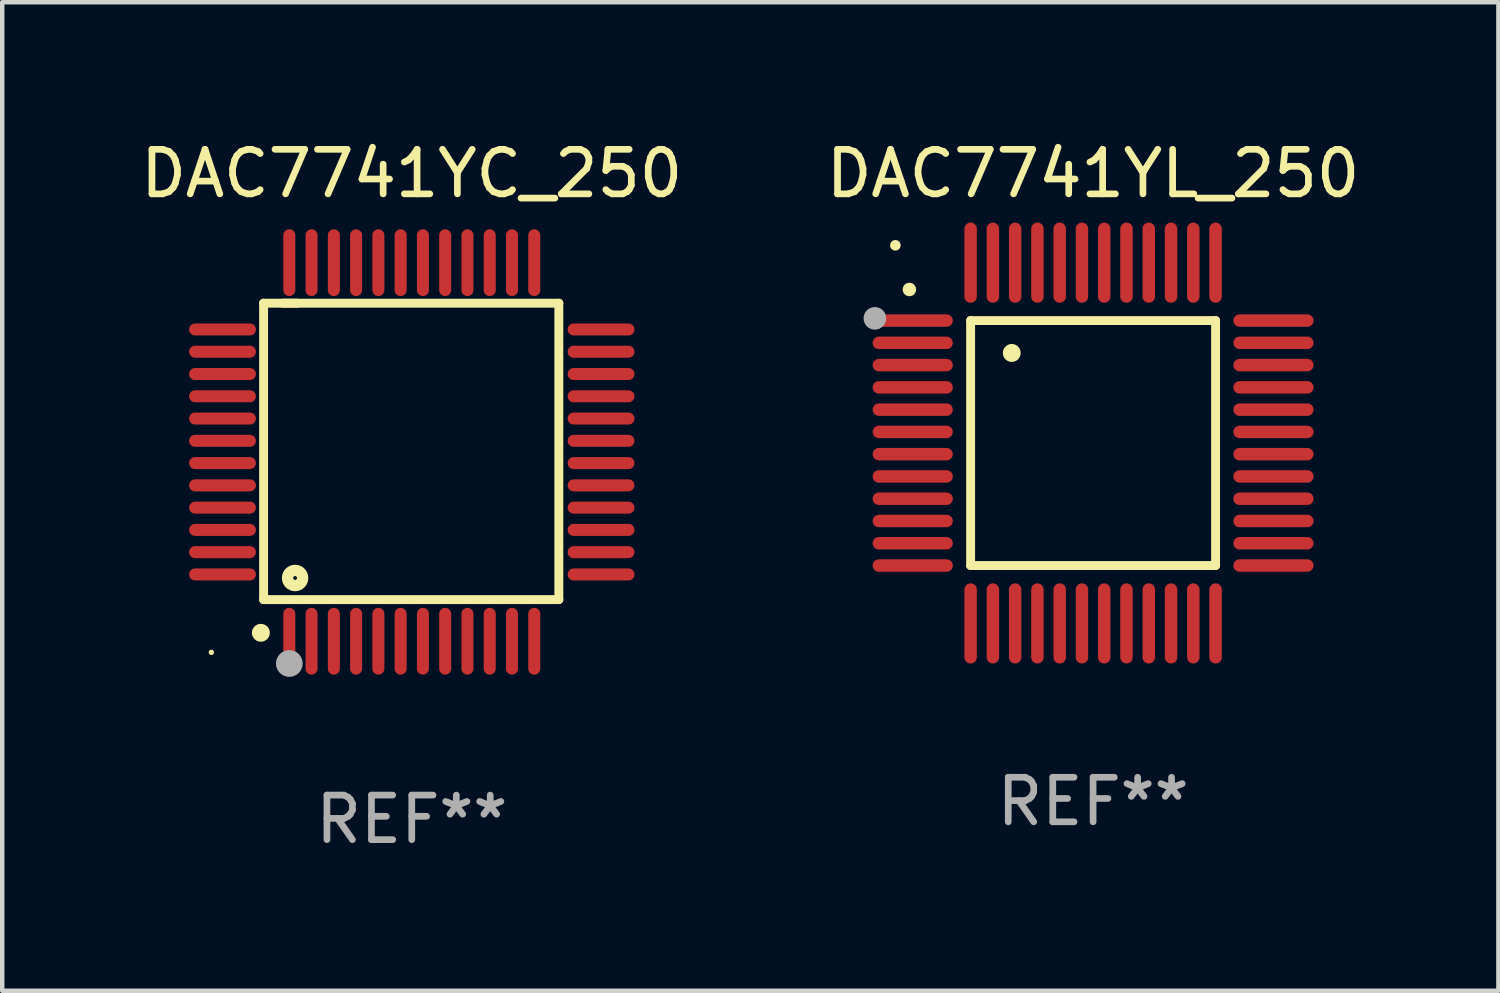
<source format=kicad_pcb>
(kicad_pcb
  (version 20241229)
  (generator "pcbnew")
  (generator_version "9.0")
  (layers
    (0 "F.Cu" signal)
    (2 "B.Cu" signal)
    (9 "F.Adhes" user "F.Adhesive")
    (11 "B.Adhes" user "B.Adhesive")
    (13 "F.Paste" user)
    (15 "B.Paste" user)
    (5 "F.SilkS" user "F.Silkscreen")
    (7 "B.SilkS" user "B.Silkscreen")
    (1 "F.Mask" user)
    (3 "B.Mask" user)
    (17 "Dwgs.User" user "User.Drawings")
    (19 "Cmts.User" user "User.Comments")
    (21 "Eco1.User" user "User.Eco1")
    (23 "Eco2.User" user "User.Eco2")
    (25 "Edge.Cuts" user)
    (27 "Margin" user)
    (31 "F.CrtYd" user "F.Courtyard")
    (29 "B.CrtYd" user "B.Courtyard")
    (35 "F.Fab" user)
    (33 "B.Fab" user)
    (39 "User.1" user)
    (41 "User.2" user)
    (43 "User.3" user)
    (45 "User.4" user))
  (footprint "DAC7741YL_250"
    (layer "F.Cu")
    (at 21.494 6.898)
    (property "Reference" "DAC7741YL_250" (at 0 -6.05 0) (layer "F.SilkS") (effects (font (size 1 1) (thickness 0.15))))
    (attr through_hole)
    (fp_line (start -2.75 -2.75) (end 2.75 -2.75) (stroke (width 0.2) (type solid)) (layer "F.SilkS"))
    (fp_line (start -2.75 2.75) (end -2.75 -2.75) (stroke (width 0.2) (type solid)) (layer "F.SilkS"))
    (fp_line (start 2.75 -2.75) (end 2.75 2.75) (stroke (width 0.2) (type solid)) (layer "F.SilkS"))
    (fp_line (start 2.75 2.75) (end -2.75 2.75) (stroke (width 0.2) (type solid)) (layer "F.SilkS"))
    (fp_arc (start -4.124968 -3.446787) (mid -4.124973 -3.448057) (end -4.124968 -3.449327) (stroke (width 0.3) (type solid)) (layer "F.SilkS"))
    (fp_arc (start -1.826264 -2.021844) (mid -1.826268 -2.023114) (end -1.826264 -2.024384) (stroke (width 0.4) (type solid)) (layer "F.SilkS"))
    (fp_circle (center -4.44 -4.44) (end -4.38 -4.44) (stroke (width 0.12) (type solid)) (fill no) (layer "F.SilkS"))
    (fp_circle (center -4.9 -2.8) (end -4.773 -2.8) (stroke (width 0.254) (type solid)) (fill no) (layer "F.Fab"))
    (fp_text user "REF**" (at 0 8.05 0) (layer "F.Fab") (effects (font (size 1 1) (thickness 0.15))))
    (pad "1" smd oval (at -4.05 -2.75 90) (size 0.28 1.8) (layers "F.Cu" "F.Mask" "F.Paste"))
    (pad "2" smd oval (at -4.05 -2.25 90) (size 0.28 1.8) (layers "F.Cu" "F.Mask" "F.Paste"))
    (pad "3" smd oval (at -4.05 -1.75 90) (size 0.28 1.8) (layers "F.Cu" "F.Mask" "F.Paste"))
    (pad "4" smd oval (at -4.05 -1.25 90) (size 0.28 1.8) (layers "F.Cu" "F.Mask" "F.Paste"))
    (pad "5" smd oval (at -4.05 -0.75 90) (size 0.28 1.8) (layers "F.Cu" "F.Mask" "F.Paste"))
    (pad "6" smd oval (at -4.05 -0.25 90) (size 0.28 1.8) (layers "F.Cu" "F.Mask" "F.Paste"))
    (pad "7" smd oval (at -4.05 0.25 90) (size 0.28 1.8) (layers "F.Cu" "F.Mask" "F.Paste"))
    (pad "8" smd oval (at -4.05 0.75 90) (size 0.28 1.8) (layers "F.Cu" "F.Mask" "F.Paste"))
    (pad "9" smd oval (at -4.05 1.25 90) (size 0.28 1.8) (layers "F.Cu" "F.Mask" "F.Paste"))
    (pad "10" smd oval (at -4.05 1.75 90) (size 0.28 1.8) (layers "F.Cu" "F.Mask" "F.Paste"))
    (pad "11" smd oval (at -4.05 2.25 90) (size 0.28 1.8) (layers "F.Cu" "F.Mask" "F.Paste"))
    (pad "12" smd oval (at -4.05 2.75 90) (size 0.28 1.8) (layers "F.Cu" "F.Mask" "F.Paste"))
    (pad "13" smd oval (at -2.75 4.05) (size 0.28 1.8) (layers "F.Cu" "F.Mask" "F.Paste"))
    (pad "14" smd oval (at -2.25 4.05) (size 0.28 1.8) (layers "F.Cu" "F.Mask" "F.Paste"))
    (pad "15" smd oval (at -1.75 4.05) (size 0.28 1.8) (layers "F.Cu" "F.Mask" "F.Paste"))
    (pad "16" smd oval (at -1.25 4.05) (size 0.28 1.8) (layers "F.Cu" "F.Mask" "F.Paste"))
    (pad "17" smd oval (at -0.75 4.05) (size 0.28 1.8) (layers "F.Cu" "F.Mask" "F.Paste"))
    (pad "18" smd oval (at -0.25 4.05) (size 0.28 1.8) (layers "F.Cu" "F.Mask" "F.Paste"))
    (pad "19" smd oval (at 0.25 4.05) (size 0.28 1.8) (layers "F.Cu" "F.Mask" "F.Paste"))
    (pad "20" smd oval (at 0.75 4.05) (size 0.28 1.8) (layers "F.Cu" "F.Mask" "F.Paste"))
    (pad "21" smd oval (at 1.25 4.05) (size 0.28 1.8) (layers "F.Cu" "F.Mask" "F.Paste"))
    (pad "22" smd oval (at 1.75 4.05) (size 0.28 1.8) (layers "F.Cu" "F.Mask" "F.Paste"))
    (pad "23" smd oval (at 2.25 4.05) (size 0.28 1.8) (layers "F.Cu" "F.Mask" "F.Paste"))
    (pad "24" smd oval (at 2.75 4.05) (size 0.28 1.8) (layers "F.Cu" "F.Mask" "F.Paste"))
    (pad "25" smd oval (at 4.05 2.75 90) (size 0.28 1.8) (layers "F.Cu" "F.Mask" "F.Paste"))
    (pad "26" smd oval (at 4.05 2.25 90) (size 0.28 1.8) (layers "F.Cu" "F.Mask" "F.Paste"))
    (pad "27" smd oval (at 4.05 1.75 90) (size 0.28 1.8) (layers "F.Cu" "F.Mask" "F.Paste"))
    (pad "28" smd oval (at 4.05 1.25 90) (size 0.28 1.8) (layers "F.Cu" "F.Mask" "F.Paste"))
    (pad "29" smd oval (at 4.05 0.75 90) (size 0.28 1.8) (layers "F.Cu" "F.Mask" "F.Paste"))
    (pad "30" smd oval (at 4.05 0.25 90) (size 0.28 1.8) (layers "F.Cu" "F.Mask" "F.Paste"))
    (pad "31" smd oval (at 4.05 -0.25 90) (size 0.28 1.8) (layers "F.Cu" "F.Mask" "F.Paste"))
    (pad "32" smd oval (at 4.05 -0.75 90) (size 0.28 1.8) (layers "F.Cu" "F.Mask" "F.Paste"))
    (pad "33" smd oval (at 4.05 -1.25 90) (size 0.28 1.8) (layers "F.Cu" "F.Mask" "F.Paste"))
    (pad "34" smd oval (at 4.05 -1.75 90) (size 0.28 1.8) (layers "F.Cu" "F.Mask" "F.Paste"))
    (pad "35" smd oval (at 4.05 -2.25 90) (size 0.28 1.8) (layers "F.Cu" "F.Mask" "F.Paste"))
    (pad "36" smd oval (at 4.05 -2.75 90) (size 0.28 1.8) (layers "F.Cu" "F.Mask" "F.Paste"))
    (pad "37" smd oval (at 2.75 -4.05) (size 0.28 1.8) (layers "F.Cu" "F.Mask" "F.Paste"))
    (pad "38" smd oval (at 2.25 -4.05) (size 0.28 1.8) (layers "F.Cu" "F.Mask" "F.Paste"))
    (pad "39" smd oval (at 1.75 -4.05) (size 0.28 1.8) (layers "F.Cu" "F.Mask" "F.Paste"))
    (pad "40" smd oval (at 1.25 -4.05) (size 0.28 1.8) (layers "F.Cu" "F.Mask" "F.Paste"))
    (pad "41" smd oval (at 0.75 -4.05) (size 0.28 1.8) (layers "F.Cu" "F.Mask" "F.Paste"))
    (pad "42" smd oval (at 0.25 -4.05) (size 0.28 1.8) (layers "F.Cu" "F.Mask" "F.Paste"))
    (pad "43" smd oval (at -0.25 -4.05) (size 0.28 1.8) (layers "F.Cu" "F.Mask" "F.Paste"))
    (pad "44" smd oval (at -0.75 -4.05) (size 0.28 1.8) (layers "F.Cu" "F.Mask" "F.Paste"))
    (pad "45" smd oval (at -1.25 -4.05) (size 0.28 1.8) (layers "F.Cu" "F.Mask" "F.Paste"))
    (pad "46" smd oval (at -1.75 -4.05) (size 0.28 1.8) (layers "F.Cu" "F.Mask" "F.Paste"))
    (pad "47" smd oval (at -2.25 -4.05) (size 0.28 1.8) (layers "F.Cu" "F.Mask" "F.Paste"))
    (pad "48" smd oval (at -2.75 -4.05) (size 0.28 1.8) (layers "F.Cu" "F.Mask" "F.Paste")))
  (footprint "DAC7741YC_250"
    (layer "F.Cu")
    (at 6.196 7.098)
    (property "Reference" "DAC7741YC_250" (at 0 -6.25 0) (layer "F.SilkS") (effects (font (size 1 1) (thickness 0.15))))
    (attr through_hole)
    (fp_line (start -3.327 -3.34) (end -2.565 -3.34) (stroke (width 0.2) (type solid)) (layer "F.SilkS"))
    (fp_line (start -3.327 3.315) (end -3.327 -3.34) (stroke (width 0.2) (type solid)) (layer "F.SilkS"))
    (fp_line (start -2.896 -3.34) (end 3.302 -3.34) (stroke (width 0.2) (type solid)) (layer "F.SilkS"))
    (fp_line (start 3.302 -3.34) (end 3.302 3.315) (stroke (width 0.2) (type solid)) (layer "F.SilkS"))
    (fp_line (start 3.302 3.315) (end -3.327 3.315) (stroke (width 0.2) (type solid)) (layer "F.SilkS"))
    (fp_arc (start -3.389992 4.059995) (mid -3.388722 4.059991) (end -3.387452 4.059995) (stroke (width 0.4) (type solid)) (layer "F.SilkS"))
    (fp_circle (center -4.5 4.5) (end -4.47 4.5) (stroke (width 0.06) (type solid)) (fill no) (layer "F.SilkS"))
    (fp_circle (center -2.62 2.83) (end -2.45 2.83) (stroke (width 0.254) (type solid)) (fill no) (layer "F.SilkS"))
    (fp_circle (center -2.75 4.75) (end -2.6 4.75) (stroke (width 0.3) (type solid)) (fill no) (layer "F.Fab"))
    (fp_text user "REF**" (at 0 8.25 0) (layer "F.Fab") (effects (font (size 1 1) (thickness 0.15))))
    (pad "1" smd oval (at -2.75 4.25) (size 0.27 1.5) (layers "F.Cu" "F.Mask" "F.Paste"))
    (pad "2" smd oval (at -2.25 4.25) (size 0.27 1.5) (layers "F.Cu" "F.Mask" "F.Paste"))
    (pad "3" smd oval (at -1.75 4.25) (size 0.27 1.5) (layers "F.Cu" "F.Mask" "F.Paste"))
    (pad "4" smd oval (at -1.25 4.25) (size 0.27 1.5) (layers "F.Cu" "F.Mask" "F.Paste"))
    (pad "5" smd oval (at -0.75 4.25) (size 0.27 1.5) (layers "F.Cu" "F.Mask" "F.Paste"))
    (pad "6" smd oval (at -0.25 4.25) (size 0.27 1.5) (layers "F.Cu" "F.Mask" "F.Paste"))
    (pad "7" smd oval (at 0.25 4.25) (size 0.27 1.5) (layers "F.Cu" "F.Mask" "F.Paste"))
    (pad "8" smd oval (at 0.75 4.25) (size 0.27 1.5) (layers "F.Cu" "F.Mask" "F.Paste"))
    (pad "9" smd oval (at 1.25 4.25) (size 0.27 1.5) (layers "F.Cu" "F.Mask" "F.Paste"))
    (pad "10" smd oval (at 1.75 4.25) (size 0.27 1.5) (layers "F.Cu" "F.Mask" "F.Paste"))
    (pad "11" smd oval (at 2.25 4.25) (size 0.27 1.5) (layers "F.Cu" "F.Mask" "F.Paste"))
    (pad "12" smd oval (at 2.75 4.25) (size 0.27 1.5) (layers "F.Cu" "F.Mask" "F.Paste"))
    (pad "13" smd oval (at 4.25 2.75) (size 1.5 0.27) (layers "F.Cu" "F.Mask" "F.Paste"))
    (pad "14" smd oval (at 4.25 2.25) (size 1.5 0.27) (layers "F.Cu" "F.Mask" "F.Paste"))
    (pad "15" smd oval (at 4.25 1.75) (size 1.5 0.27) (layers "F.Cu" "F.Mask" "F.Paste"))
    (pad "16" smd oval (at 4.25 1.25) (size 1.5 0.27) (layers "F.Cu" "F.Mask" "F.Paste"))
    (pad "17" smd oval (at 4.25 0.75) (size 1.5 0.27) (layers "F.Cu" "F.Mask" "F.Paste"))
    (pad "18" smd oval (at 4.25 0.25) (size 1.5 0.27) (layers "F.Cu" "F.Mask" "F.Paste"))
    (pad "19" smd oval (at 4.25 -0.25) (size 1.5 0.27) (layers "F.Cu" "F.Mask" "F.Paste"))
    (pad "20" smd oval (at 4.25 -0.75) (size 1.5 0.27) (layers "F.Cu" "F.Mask" "F.Paste"))
    (pad "21" smd oval (at 4.25 -1.25) (size 1.5 0.27) (layers "F.Cu" "F.Mask" "F.Paste"))
    (pad "22" smd oval (at 4.25 -1.75) (size 1.5 0.27) (layers "F.Cu" "F.Mask" "F.Paste"))
    (pad "23" smd oval (at 4.25 -2.25) (size 1.5 0.27) (layers "F.Cu" "F.Mask" "F.Paste"))
    (pad "24" smd oval (at 4.25 -2.75) (size 1.5 0.27) (layers "F.Cu" "F.Mask" "F.Paste"))
    (pad "25" smd oval (at 2.75 -4.25) (size 0.27 1.5) (layers "F.Cu" "F.Mask" "F.Paste"))
    (pad "26" smd oval (at 2.25 -4.25) (size 0.27 1.5) (layers "F.Cu" "F.Mask" "F.Paste"))
    (pad "27" smd oval (at 1.75 -4.25) (size 0.27 1.5) (layers "F.Cu" "F.Mask" "F.Paste"))
    (pad "28" smd oval (at 1.25 -4.25) (size 0.27 1.5) (layers "F.Cu" "F.Mask" "F.Paste"))
    (pad "29" smd oval (at 0.75 -4.25) (size 0.27 1.5) (layers "F.Cu" "F.Mask" "F.Paste"))
    (pad "30" smd oval (at 0.25 -4.25) (size 0.27 1.5) (layers "F.Cu" "F.Mask" "F.Paste"))
    (pad "31" smd oval (at -0.25 -4.25) (size 0.27 1.5) (layers "F.Cu" "F.Mask" "F.Paste"))
    (pad "32" smd oval (at -0.75 -4.25) (size 0.27 1.5) (layers "F.Cu" "F.Mask" "F.Paste"))
    (pad "33" smd oval (at -1.25 -4.25) (size 0.27 1.5) (layers "F.Cu" "F.Mask" "F.Paste"))
    (pad "34" smd oval (at -1.75 -4.25) (size 0.27 1.5) (layers "F.Cu" "F.Mask" "F.Paste"))
    (pad "35" smd oval (at -2.25 -4.25) (size 0.27 1.5) (layers "F.Cu" "F.Mask" "F.Paste"))
    (pad "36" smd oval (at -2.75 -4.25) (size 0.27 1.5) (layers "F.Cu" "F.Mask" "F.Paste"))
    (pad "37" smd oval (at -4.25 -2.75) (size 1.5 0.27) (layers "F.Cu" "F.Mask" "F.Paste"))
    (pad "38" smd oval (at -4.25 -2.25) (size 1.5 0.27) (layers "F.Cu" "F.Mask" "F.Paste"))
    (pad "39" smd oval (at -4.25 -1.75) (size 1.5 0.27) (layers "F.Cu" "F.Mask" "F.Paste"))
    (pad "40" smd oval (at -4.25 -1.25) (size 1.5 0.27) (layers "F.Cu" "F.Mask" "F.Paste"))
    (pad "41" smd oval (at -4.25 -0.75) (size 1.5 0.27) (layers "F.Cu" "F.Mask" "F.Paste"))
    (pad "42" smd oval (at -4.25 -0.25) (size 1.5 0.27) (layers "F.Cu" "F.Mask" "F.Paste"))
    (pad "43" smd oval (at -4.25 0.25) (size 1.5 0.27) (layers "F.Cu" "F.Mask" "F.Paste"))
    (pad "44" smd oval (at -4.25 0.75) (size 1.5 0.27) (layers "F.Cu" "F.Mask" "F.Paste"))
    (pad "45" smd oval (at -4.25 1.25) (size 1.5 0.27) (layers "F.Cu" "F.Mask" "F.Paste"))
    (pad "46" smd oval (at -4.25 1.75) (size 1.5 0.27) (layers "F.Cu" "F.Mask" "F.Paste"))
    (pad "47" smd oval (at -4.25 2.25) (size 1.5 0.27) (layers "F.Cu" "F.Mask" "F.Paste"))
    (pad "48" smd oval (at -4.25 2.75) (size 1.5 0.27) (layers "F.Cu" "F.Mask" "F.Paste")))
  (gr_rect
    (start -3 -3)
    (end 30.595 19.196)
    (stroke (width 0.1) (type default))
    (fill no)
    (layer "Edge.Cuts")))
</source>
